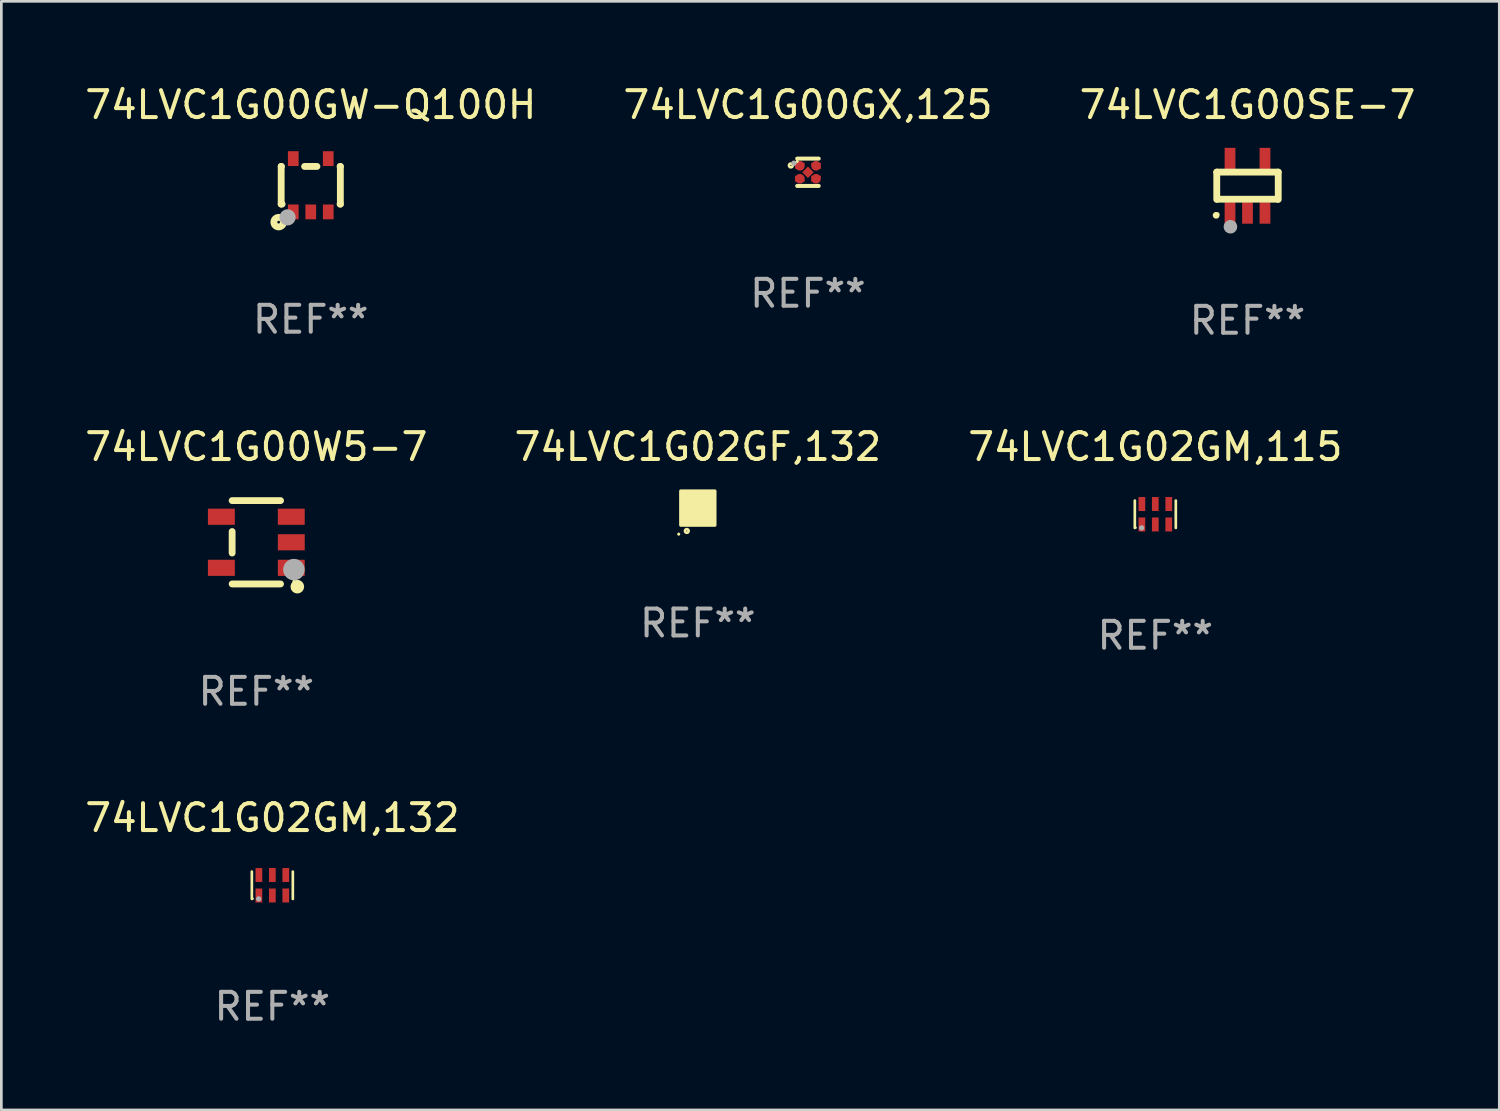
<source format=kicad_pcb>
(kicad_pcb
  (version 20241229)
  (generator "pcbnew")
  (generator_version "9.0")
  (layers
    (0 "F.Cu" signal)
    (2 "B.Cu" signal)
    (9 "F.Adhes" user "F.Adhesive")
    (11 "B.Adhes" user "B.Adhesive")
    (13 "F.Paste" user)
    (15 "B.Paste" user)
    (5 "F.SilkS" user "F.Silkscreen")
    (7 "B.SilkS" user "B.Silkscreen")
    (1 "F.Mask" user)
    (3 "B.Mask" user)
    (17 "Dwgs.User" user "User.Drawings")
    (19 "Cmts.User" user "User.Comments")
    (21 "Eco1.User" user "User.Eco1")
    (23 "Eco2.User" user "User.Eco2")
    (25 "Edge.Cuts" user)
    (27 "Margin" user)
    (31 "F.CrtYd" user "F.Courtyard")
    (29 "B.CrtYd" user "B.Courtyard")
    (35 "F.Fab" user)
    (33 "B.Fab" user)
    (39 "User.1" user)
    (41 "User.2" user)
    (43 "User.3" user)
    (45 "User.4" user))
  (footprint "74LVC1G02GM,132"
    (layer "F.Cu")
    (at 7.077 29.869)
    (property "Reference" "74LVC1G02GM,132" (at 0 -2.508 0) (layer "F.SilkS") (effects (font (size 1 1) (thickness 0.15))))
    (attr through_hole)
    (fp_line (start -0.762 -0.508) (end -0.762 0.508) (stroke (width 0.1) (type solid)) (layer "F.SilkS"))
    (fp_line (start 0.762 -0.508) (end 0.762 0.508) (stroke (width 0.1) (type solid)) (layer "F.SilkS"))
    (fp_circle (center -0.725 0.5) (end -0.705 0.5) (stroke (width 0.04) (type solid)) (fill no) (layer "F.SilkS"))
    (fp_circle (center -0.508 0.508) (end -0.458 0.508) (stroke (width 0.1) (type solid)) (fill no) (layer "F.Fab"))
    (fp_text user "REF**" (at 0 4.508 0) (layer "F.Fab") (effects (font (size 1 1) (thickness 0.15))))
    (pad "1" smd rect (at -0.5 0.38) (size 0.25 0.52) (layers "F.Cu" "F.Mask" "F.Paste"))
    (pad "2" smd rect (at -0.000127 0.38) (size 0.25 0.52) (layers "F.Cu" "F.Mask" "F.Paste"))
    (pad "3" smd rect (at 0.5 0.38) (size 0.25 0.52) (layers "F.Cu" "F.Mask" "F.Paste"))
    (pad "4" smd rect (at 0.5 -0.38 180) (size 0.25 0.52) (layers "F.Cu" "F.Mask" "F.Paste"))
    (pad "5" smd rect (at -0.000127 -0.38 180) (size 0.25 0.52) (layers "F.Cu" "F.Mask" "F.Paste"))
    (pad "6" smd rect (at -0.5 -0.38 180) (size 0.25 0.52) (layers "F.Cu" "F.Mask" "F.Paste")))
  (footprint "74LVC1G00GX,125"
    (layer "F.Cu")
    (at 26.994 3.356)
    (property "Reference" "74LVC1G00GX,125" (at 0 -2.508 0) (layer "F.SilkS") (effects (font (size 1 1) (thickness 0.15))))
    (attr through_hole)
    (fp_line (start 0.4 -0.508) (end -0.4 -0.508) (stroke (width 0.15) (type solid)) (layer "F.SilkS"))
    (fp_line (start 0.4 0.508) (end -0.4 0.508) (stroke (width 0.15) (type solid)) (layer "F.SilkS"))
    (fp_circle (center -0.635 -0.254) (end -0.615 -0.254) (stroke (width 0.1) (type solid)) (fill no) (layer "F.SilkS"))
    (fp_circle (center -0.401 -0.4) (end -0.371 -0.4) (stroke (width 0.06) (type solid)) (fill no) (layer "F.SilkS"))
    (fp_circle (center -0.523 -0.337) (end -0.473 -0.337) (stroke (width 0.1) (type solid)) (fill no) (layer "F.Fab"))
    (fp_text user "REF**" (at 0 4.508 0) (layer "F.Fab") (effects (font (size 1 1) (thickness 0.15))))
    (pad "1" smd custom (at -0.3 -0.24) (size 0.36 0.22) (layers "F.Cu" "F.Mask" "F.Paste") (options (anchor circle)) (primitives (gr_poly (pts (xy -0.18 -0.11) (xy -0.18 0.11) (xy 0.000127 0.11) (xy 0.18 -0.03) (xy 0.18 -0.11) (xy -0.18 -0.11)) (width 0) (fill yes))))
    (pad "2" smd custom (at -0.3 0.24) (size 0.36 0.22) (layers "F.Cu" "F.Mask" "F.Paste") (options (anchor circle)) (primitives (gr_poly (pts (xy -0.18 0.11) (xy -0.18 -0.11) (xy 0.000127 -0.11) (xy 0.18 0.03) (xy 0.18 0.11) (xy -0.18 0.11)) (width 0) (fill yes))))
    (pad "3" smd rect (at 0.000102 -0.000127 45) (size 0.3 0.3) (layers "F.Cu" "F.Mask" "F.Paste"))
    (pad "4" smd custom (at 0.3 0.24 180) (size 0.36 0.22) (layers "F.Cu" "F.Mask" "F.Paste") (options (anchor circle)) (primitives (gr_poly (pts (xy 0.18 0.11) (xy 0.18 -0.11) (xy -0.000178 -0.11) (xy -0.18 0.03) (xy -0.18 0.11) (xy 0.18 0.11)) (width 0) (fill yes))))
    (pad "5" smd custom (at 0.3 -0.24) (size 0.36 0.22) (layers "F.Cu" "F.Mask" "F.Paste") (options (anchor circle)) (primitives (gr_poly (pts (xy 0.18 -0.11) (xy 0.18 0.11) (xy -0.000152 0.11) (xy -0.18 -0.03) (xy -0.18 -0.11) (xy 0.18 -0.11)) (width 0) (fill yes)))))
  (footprint "74LVC1G00GW-Q100H"
    (layer "F.Cu")
    (at 8.506 3.839)
    (property "Reference" "74LVC1G00GW-Q100H" (at 0 -2.991 0) (layer "F.SilkS") (effects (font (size 1 1) (thickness 0.15))))
    (attr through_hole)
    (fp_line (start -1.1 -0.7) (end -1.1 0.7) (stroke (width 0.254) (type solid)) (layer "F.SilkS"))
    (fp_line (start -1.1 -0.7) (end -1.09 -0.7) (stroke (width 0.254) (type solid)) (layer "F.SilkS"))
    (fp_line (start -1.1 0.7) (end -1.065 0.7) (stroke (width 0.254) (type solid)) (layer "F.SilkS"))
    (fp_line (start -0.23 -0.7) (end 0.23 -0.7) (stroke (width 0.254) (type solid)) (layer "F.SilkS"))
    (fp_line (start 1.09 -0.7) (end 1.1 -0.7) (stroke (width 0.254) (type solid)) (layer "F.SilkS"))
    (fp_line (start 1.09 0.7) (end 1.1 0.7) (stroke (width 0.254) (type solid)) (layer "F.SilkS"))
    (fp_line (start 1.1 -0.7) (end 1.1 0.7) (stroke (width 0.254) (type solid)) (layer "F.SilkS"))
    (fp_circle (center -1.194 1.372) (end -1.143 1.372) (stroke (width 0.254) (type solid)) (fill no) (layer "F.SilkS"))
    (fp_circle (center -1.05 1.063) (end -1.02 1.063) (stroke (width 0.06) (type solid)) (fill no) (layer "F.SilkS"))
    (fp_circle (center -0.864 1.194) (end -0.713 1.194) (stroke (width 0.3) (type solid)) (fill no) (layer "F.Fab"))
    (fp_text user "REF**" (at 0 4.991 0) (layer "F.Fab") (effects (font (size 1 1) (thickness 0.15))))
    (pad "1" smd rect (at -0.65 0.991 180) (size 0.399 0.551) (layers "F.Cu" "F.Mask" "F.Paste"))
    (pad "2" smd rect (at 0 0.991 180) (size 0.399 0.551) (layers "F.Cu" "F.Mask" "F.Paste"))
    (pad "3" smd rect (at 0.65 0.991 180) (size 0.399 0.551) (layers "F.Cu" "F.Mask" "F.Paste"))
    (pad "4" smd rect (at 0.65 -0.991 180) (size 0.399 0.551) (layers "F.Cu" "F.Mask" "F.Paste"))
    (pad "5" smd rect (at -0.65 -0.991 180) (size 0.399 0.551) (layers "F.Cu" "F.Mask" "F.Paste")))
  (footprint "74LVC1G02GM,115"
    (layer "F.Cu")
    (at 39.911 16.073)
    (property "Reference" "74LVC1G02GM,115" (at 0 -2.508 0) (layer "F.SilkS") (effects (font (size 1 1) (thickness 0.15))))
    (attr through_hole)
    (fp_line (start -0.762 -0.508) (end -0.762 0.508) (stroke (width 0.1) (type solid)) (layer "F.SilkS"))
    (fp_line (start 0.762 -0.508) (end 0.762 0.508) (stroke (width 0.1) (type solid)) (layer "F.SilkS"))
    (fp_circle (center -0.725 0.5) (end -0.705 0.5) (stroke (width 0.04) (type solid)) (fill no) (layer "F.SilkS"))
    (fp_circle (center -0.508 0.508) (end -0.458 0.508) (stroke (width 0.1) (type solid)) (fill no) (layer "F.Fab"))
    (fp_text user "REF**" (at 0 4.508 0) (layer "F.Fab") (effects (font (size 1 1) (thickness 0.15))))
    (pad "1" smd rect (at -0.5 0.38) (size 0.25 0.52) (layers "F.Cu" "F.Mask" "F.Paste"))
    (pad "2" smd rect (at -0.000127 0.38) (size 0.25 0.52) (layers "F.Cu" "F.Mask" "F.Paste"))
    (pad "3" smd rect (at 0.5 0.38) (size 0.25 0.52) (layers "F.Cu" "F.Mask" "F.Paste"))
    (pad "4" smd rect (at 0.5 -0.38 180) (size 0.25 0.52) (layers "F.Cu" "F.Mask" "F.Paste"))
    (pad "5" smd rect (at -0.000127 -0.38 180) (size 0.25 0.52) (layers "F.Cu" "F.Mask" "F.Paste"))
    (pad "6" smd rect (at -0.5 -0.38 180) (size 0.25 0.52) (layers "F.Cu" "F.Mask" "F.Paste")))
  (footprint "74LVC1G02GF,132"
    (layer "F.Cu")
    (at 22.899 15.844)
    (property "Reference" "74LVC1G02GF,132" (at 0 -2.28 0) (layer "F.SilkS") (effects (font (size 1 1) (thickness 0.15))))
    (attr through_hole)
    (fp_circle (center -0.71 0.968) (end -0.68 0.968) (stroke (width 0.06) (type solid)) (fill no) (layer "F.SilkS"))
    (fp_circle (center -0.41 0.85) (end -0.342 0.85) (stroke (width 0.1) (type solid)) (fill no) (layer "F.SilkS"))
    (fp_poly (pts (xy -0.635 -0.635) (xy 0.635 -0.635) (xy 0.635 0.635) (xy -0.635 0.635)) (stroke (width 0.12) (type solid)) (fill yes) (layer "F.SilkS"))
    (fp_text user "REF**" (at 0 4.28 0) (layer "F.Fab") (effects (font (size 1 1) (thickness 0.15))))
    (pad "1" smd rect (at -0.35 0.28 90) (size 0.35 0.2) (layers "F.Cu" "F.Mask" "F.Paste"))
    (pad "2" smd rect (at 0 0.28 90) (size 0.35 0.2) (layers "F.Cu" "F.Mask" "F.Paste"))
    (pad "3" smd rect (at 0.35 0.28 90) (size 0.35 0.2) (layers "F.Cu" "F.Mask" "F.Paste"))
    (pad "4" smd rect (at 0.35 -0.28 90) (size 0.35 0.2) (layers "F.Cu" "F.Mask" "F.Paste"))
    (pad "5" smd rect (at 0 -0.28 90) (size 0.35 0.2) (layers "F.Cu" "F.Mask" "F.Paste"))
    (pad "6" smd rect (at -0.35 -0.28 90) (size 0.35 0.2) (layers "F.Cu" "F.Mask" "F.Paste")))
  (footprint "74LVC1G00SE-7"
    (layer "F.Cu")
    (at 43.339 3.858)
    (property "Reference" "74LVC1G00SE-7" (at 0 -3.01 0) (layer "F.SilkS") (effects (font (size 1 1) (thickness 0.15))))
    (attr through_hole)
    (fp_line (start -1.143 -0.508) (end -1.143 0.508) (stroke (width 0.254) (type solid)) (layer "F.SilkS"))
    (fp_line (start -1.1 0.5) (end 1.1 0.5) (stroke (width 0.254) (type solid)) (layer "F.SilkS"))
    (fp_line (start 1.143 -0.508) (end -1.143 -0.508) (stroke (width 0.254) (type solid)) (layer "F.SilkS"))
    (fp_line (start 1.143 0.508) (end 1.143 -0.508) (stroke (width 0.254) (type solid)) (layer "F.SilkS"))
    (fp_arc (start -1.167717 1.098095) (mid -1.166447 1.098088) (end -1.165177 1.098095) (stroke (width 0.24892) (type solid)) (layer "F.SilkS"))
    (fp_circle (center -1.1 1.05) (end -1.07 1.05) (stroke (width 0.06) (type solid)) (fill no) (layer "F.SilkS"))
    (fp_circle (center -0.635 1.524) (end -0.508 1.524) (stroke (width 0.254) (type solid)) (fill no) (layer "F.Fab"))
    (fp_text user "REF**" (at 0 5.01 0) (layer "F.Fab") (effects (font (size 1 1) (thickness 0.15))))
    (pad "1" smd rect (at -0.65 1.01 180) (size 0.4 0.8) (layers "F.Cu" "F.Mask" "F.Paste"))
    (pad "2" smd rect (at 0 1.01 180) (size 0.4 0.8) (layers "F.Cu" "F.Mask" "F.Paste"))
    (pad "3" smd rect (at 0.65 1.01 180) (size 0.4 0.8) (layers "F.Cu" "F.Mask" "F.Paste"))
    (pad "4" smd rect (at 0.65 -1.01 180) (size 0.4 0.8) (layers "F.Cu" "F.Mask" "F.Paste"))
    (pad "5" smd rect (at -0.65 -1.01 180) (size 0.4 0.8) (layers "F.Cu" "F.Mask" "F.Paste")))
  (footprint "74LVC1G00W5-7"
    (layer "F.Cu")
    (at 6.482 17.115)
    (property "Reference" "74LVC1G00W5-7" (at 0 -3.55 0) (layer "F.SilkS") (effects (font (size 1 1) (thickness 0.15))))
    (attr through_hole)
    (fp_line (start -0.9 -1.55) (end 0.9 -1.55) (stroke (width 0.254) (type solid)) (layer "F.SilkS"))
    (fp_line (start -0.9 0.4) (end -0.9 -0.4) (stroke (width 0.254) (type solid)) (layer "F.SilkS"))
    (fp_line (start -0.9 1.55) (end 0.9 1.55) (stroke (width 0.254) (type solid)) (layer "F.SilkS"))
    (fp_circle (center 1.4 1.45) (end 1.43 1.45) (stroke (width 0.06) (type solid)) (fill no) (layer "F.SilkS"))
    (fp_circle (center 1.524 1.651) (end 1.651 1.651) (stroke (width 0.254) (type solid)) (fill no) (layer "F.SilkS"))
    (fp_circle (center 1.397 1.016) (end 1.597 1.016) (stroke (width 0.4) (type solid)) (fill no) (layer "F.Fab"))
    (fp_text user "REF**" (at 0 5.55 0) (layer "F.Fab") (effects (font (size 1 1) (thickness 0.15))))
    (pad "1" smd rect (at 1.3 0.95) (size 1 0.6) (layers "F.Cu" "F.Mask" "F.Paste"))
    (pad "2" smd rect (at 1.3 -0.000051) (size 1 0.6) (layers "F.Cu" "F.Mask" "F.Paste"))
    (pad "3" smd rect (at 1.3 -0.95) (size 1 0.6) (layers "F.Cu" "F.Mask" "F.Paste"))
    (pad "4" smd rect (at -1.3 -0.95) (size 1 0.6) (layers "F.Cu" "F.Mask" "F.Paste"))
    (pad "5" smd rect (at -1.3 0.95) (size 1 0.6) (layers "F.Cu" "F.Mask" "F.Paste")))
  (gr_rect
    (start -3 -3)
    (end 52.702 38.225)
    (stroke (width 0.1) (type default))
    (fill no)
    (layer "Edge.Cuts")))
</source>
